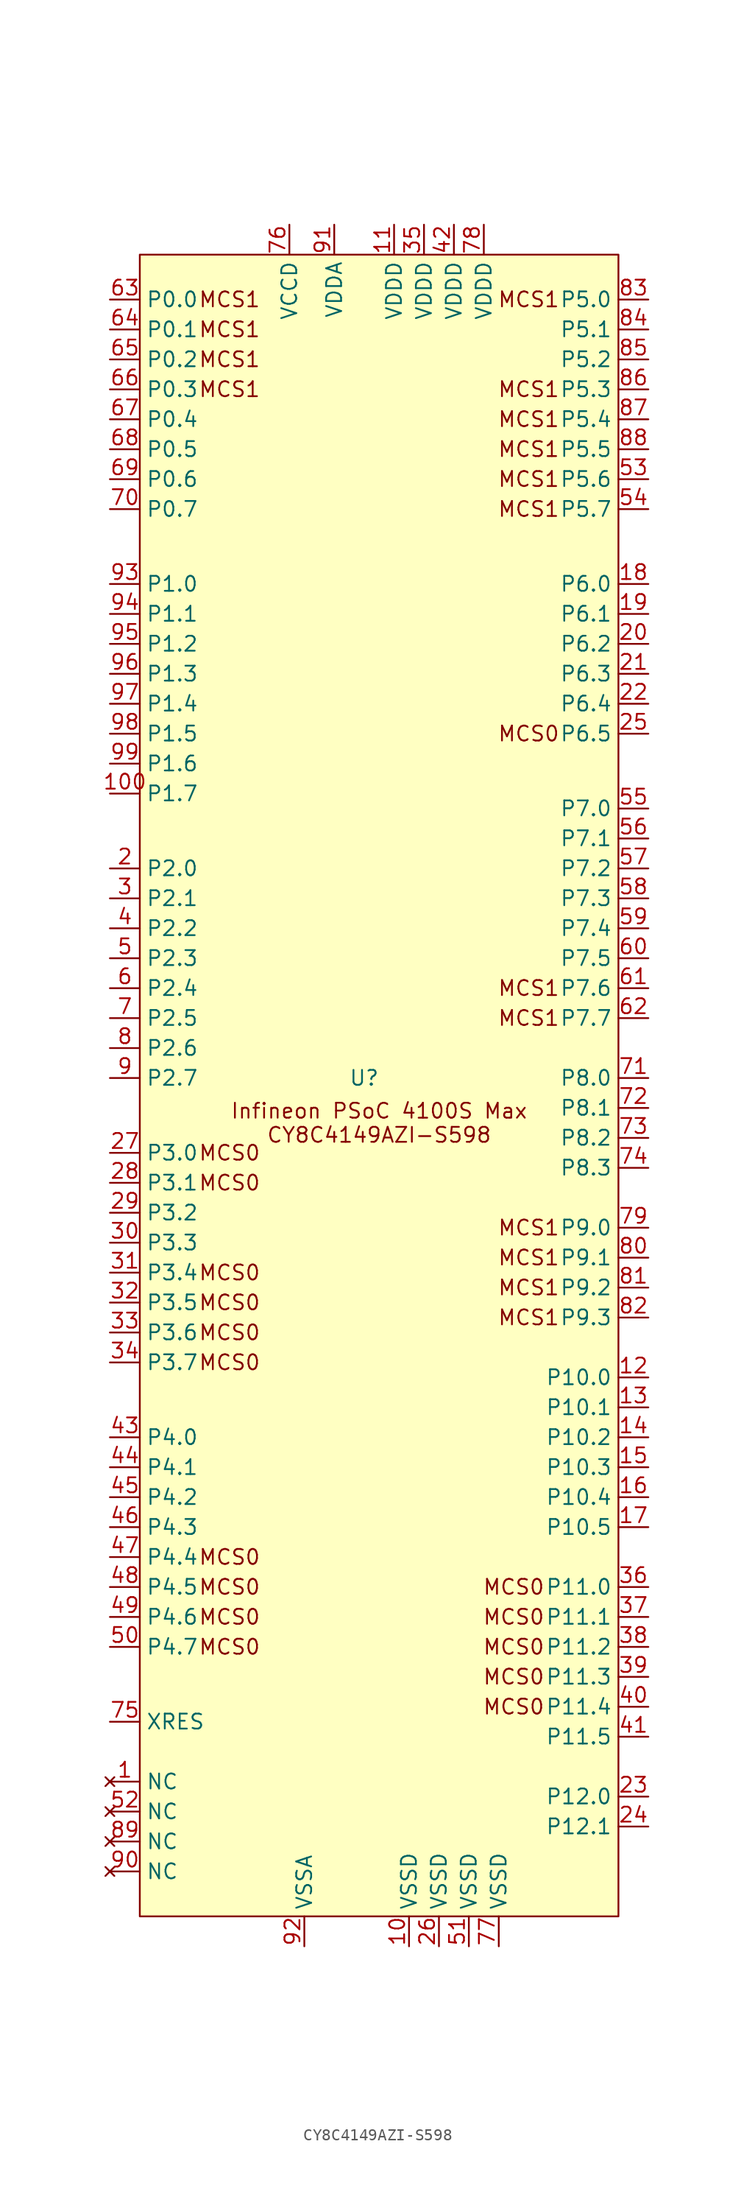
<source format=kicad_sym>
(kicad_symbol_lib
  (version 20241209)
  (generator "kicad_symbol_editor")
  (generator_version "9.0")
  (symbol "CY8C4149AZI-S598"
    (property "Reference" "U"
      (at -1.27 0 0)
      (effects (font (size 1.27 1.27))))
    (property "Value" ""
      (at -1.27 8.89 0)
      (effects (font (size 1.27 1.27))))
    (symbol "CY8C4149AZI-S598_1_1"
      (rectangle (start -20.32 69.85) (end 20.32 -71.12) (stroke (width 0) (type default)) (fill (type background)))
      (text "MCS1\n" (at -12.7 66.04 0) (effects (font (size 1.27 1.27))))
      (text "MCS1\n" (at -12.7 63.5 0) (effects (font (size 1.27 1.27))))
      (text "MCS1\n" (at -12.7 60.96 0) (effects (font (size 1.27 1.27))))
      (text "MCS1\n" (at -12.7 58.42 0) (effects (font (size 1.27 1.27))))
      (text "MCS0" (at -12.7 -6.35 0) (effects (font (size 1.27 1.27))))
      (text "MCS0" (at -12.7 -8.89 0) (effects (font (size 1.27 1.27))))
      (text "MCS0" (at -12.7 -16.51 0) (effects (font (size 1.27 1.27))))
      (text "MCS0" (at -12.7 -19.05 0) (effects (font (size 1.27 1.27))))
      (text "MCS0" (at -12.7 -21.59 0) (effects (font (size 1.27 1.27))))
      (text "MCS0" (at -12.7 -24.13 0) (effects (font (size 1.27 1.27))))
      (text "MCS0" (at -12.7 -40.64 0) (effects (font (size 1.27 1.27))))
      (text "MCS0" (at -12.7 -43.18 0) (effects (font (size 1.27 1.27))))
      (text "MCS0" (at -12.7 -45.72 0) (effects (font (size 1.27 1.27))))
      (text "MCS0" (at -12.7 -48.26 0) (effects (font (size 1.27 1.27))))
      (text "Infineon PSoC 4100S Max\nCY8C4149AZI-S598" (at 0 -3.81 0) (effects (font (size 1.27 1.27))))
      (text "MCS0" (at 11.43 -43.18 0) (effects (font (size 1.27 1.27))))
      (text "MCS0" (at 11.43 -45.72 0) (effects (font (size 1.27 1.27))))
      (text "MCS0" (at 11.43 -48.26 0) (effects (font (size 1.27 1.27))))
      (text "MCS0" (at 11.43 -50.8 0) (effects (font (size 1.27 1.27))))
      (text "MCS0" (at 11.43 -53.34 0) (effects (font (size 1.27 1.27))))
      (text "MCS1\n" (at 12.7 66.04 0) (effects (font (size 1.27 1.27))))
      (text "MCS1\n" (at 12.7 58.42 0) (effects (font (size 1.27 1.27))))
      (text "MCS1\n" (at 12.7 55.88 0) (effects (font (size 1.27 1.27))))
      (text "MCS1\n" (at 12.7 53.34 0) (effects (font (size 1.27 1.27))))
      (text "MCS1\n" (at 12.7 50.8 0) (effects (font (size 1.27 1.27))))
      (text "MCS1\n" (at 12.7 48.26 0) (effects (font (size 1.27 1.27))))
      (text "MCS0" (at 12.7 29.21 0) (effects (font (size 1.27 1.27))))
      (text "MCS1\n" (at 12.7 7.62 0) (effects (font (size 1.27 1.27))))
      (text "MCS1\n" (at 12.7 5.08 0) (effects (font (size 1.27 1.27))))
      (text "MCS1\n" (at 12.7 -12.7 0) (effects (font (size 1.27 1.27))))
      (text "MCS1\n" (at 12.7 -15.24 0) (effects (font (size 1.27 1.27))))
      (text "MCS1\n" (at 12.7 -17.78 0) (effects (font (size 1.27 1.27))))
      (text "MCS1\n" (at 12.7 -20.32 0) (effects (font (size 1.27 1.27))))
      (pin output line (at -22.86 66.04 0) (length 2.54) (name "P0.0" (effects (font (size 1.27 1.27)))) (number "63" (effects (font (size 1.27 1.27)))))
      (pin output line (at -22.86 63.5 0) (length 2.54) (name "P0.1" (effects (font (size 1.27 1.27)))) (number "64" (effects (font (size 1.27 1.27)))))
      (pin bidirectional line (at -22.86 60.96 0) (length 2.54) (name "P0.2" (effects (font (size 1.27 1.27)))) (number "65" (effects (font (size 1.27 1.27)))))
      (pin bidirectional line (at -22.86 58.42 0) (length 2.54) (name "P0.3" (effects (font (size 1.27 1.27)))) (number "66" (effects (font (size 1.27 1.27)))))
      (pin input line (at -22.86 55.88 0) (length 2.54) (name "P0.4" (effects (font (size 1.27 1.27)))) (number "67" (effects (font (size 1.27 1.27)))))
      (pin input line (at -22.86 53.34 0) (length 2.54) (name "P0.5" (effects (font (size 1.27 1.27)))) (number "68" (effects (font (size 1.27 1.27)))))
      (pin bidirectional line (at -22.86 50.8 0) (length 2.54) (name "P0.6" (effects (font (size 1.27 1.27)))) (number "69" (effects (font (size 1.27 1.27)))))
      (pin bidirectional line (at -22.86 48.26 0) (length 2.54) (name "P0.7" (effects (font (size 1.27 1.27)))) (number "70" (effects (font (size 1.27 1.27)))))
      (pin bidirectional line (at -22.86 41.91 0) (length 2.54) (name "P1.0" (effects (font (size 1.27 1.27)))) (number "93" (effects (font (size 1.27 1.27)))))
      (pin bidirectional line (at -22.86 39.37 0) (length 2.54) (name "P1.1" (effects (font (size 1.27 1.27)))) (number "94" (effects (font (size 1.27 1.27)))))
      (pin bidirectional line (at -22.86 36.83 0) (length 2.54) (name "P1.2" (effects (font (size 1.27 1.27)))) (number "95" (effects (font (size 1.27 1.27)))))
      (pin bidirectional line (at -22.86 34.29 0) (length 2.54) (name "P1.3" (effects (font (size 1.27 1.27)))) (number "96" (effects (font (size 1.27 1.27)))))
      (pin bidirectional line (at -22.86 31.75 0) (length 2.54) (name "P1.4" (effects (font (size 1.27 1.27)))) (number "97" (effects (font (size 1.27 1.27)))))
      (pin bidirectional line (at -22.86 29.21 0) (length 2.54) (name "P1.5" (effects (font (size 1.27 1.27)))) (number "98" (effects (font (size 1.27 1.27)))))
      (pin bidirectional line (at -22.86 26.67 0) (length 2.54) (name "P1.6" (effects (font (size 1.27 1.27)))) (number "99" (effects (font (size 1.27 1.27)))))
      (pin bidirectional line (at -22.86 24.13 0) (length 2.54) (name "P1.7" (effects (font (size 1.27 1.27)))) (number "100" (effects (font (size 1.27 1.27)))))
      (pin bidirectional line (at -22.86 17.78 0) (length 2.54) (name "P2.0" (effects (font (size 1.27 1.27)))) (number "2" (effects (font (size 1.27 1.27)))))
      (pin bidirectional line (at -22.86 15.24 0) (length 2.54) (name "P2.1" (effects (font (size 1.27 1.27)))) (number "3" (effects (font (size 1.27 1.27)))))
      (pin bidirectional line (at -22.86 12.7 0) (length 2.54) (name "P2.2" (effects (font (size 1.27 1.27)))) (number "4" (effects (font (size 1.27 1.27)))))
      (pin bidirectional line (at -22.86 10.16 0) (length 2.54) (name "P2.3" (effects (font (size 1.27 1.27)))) (number "5" (effects (font (size 1.27 1.27)))))
      (pin bidirectional line (at -22.86 7.62 0) (length 2.54) (name "P2.4" (effects (font (size 1.27 1.27)))) (number "6" (effects (font (size 1.27 1.27)))))
      (pin bidirectional line (at -22.86 5.08 0) (length 2.54) (name "P2.5" (effects (font (size 1.27 1.27)))) (number "7" (effects (font (size 1.27 1.27)))))
      (pin bidirectional line (at -22.86 2.54 0) (length 2.54) (name "P2.6" (effects (font (size 1.27 1.27)))) (number "8" (effects (font (size 1.27 1.27)))))
      (pin bidirectional line (at -22.86 0 0) (length 2.54) (name "P2.7" (effects (font (size 1.27 1.27)))) (number "9" (effects (font (size 1.27 1.27)))))
      (pin input line (at -22.86 -6.35 0) (length 2.54) (name "P3.0" (effects (font (size 1.27 1.27)))) (number "27" (effects (font (size 1.27 1.27)))))
      (pin input line (at -22.86 -8.89 0) (length 2.54) (name "P3.1" (effects (font (size 1.27 1.27)))) (number "28" (effects (font (size 1.27 1.27)))))
      (pin bidirectional line (at -22.86 -11.43 0) (length 2.54) (name "P3.2" (effects (font (size 1.27 1.27)))) (number "29" (effects (font (size 1.27 1.27)))))
      (pin bidirectional line (at -22.86 -13.97 0) (length 2.54) (name "P3.3" (effects (font (size 1.27 1.27)))) (number "30" (effects (font (size 1.27 1.27)))))
      (pin input line (at -22.86 -16.51 0) (length 2.54) (name "P3.4" (effects (font (size 1.27 1.27)))) (number "31" (effects (font (size 1.27 1.27)))))
      (pin bidirectional line (at -22.86 -19.05 0) (length 2.54) (name "P3.5" (effects (font (size 1.27 1.27)))) (number "32" (effects (font (size 1.27 1.27)))))
      (pin bidirectional line (at -22.86 -21.59 0) (length 2.54) (name "P3.6" (effects (font (size 1.27 1.27)))) (number "33" (effects (font (size 1.27 1.27)))))
      (pin bidirectional line (at -22.86 -24.13 0) (length 2.54) (name "P3.7" (effects (font (size 1.27 1.27)))) (number "34" (effects (font (size 1.27 1.27)))))
      (pin input line (at -22.86 -30.48 0) (length 2.54) (name "P4.0" (effects (font (size 1.27 1.27)))) (number "43" (effects (font (size 1.27 1.27)))))
      (pin input line (at -22.86 -33.02 0) (length 2.54) (name "P4.1" (effects (font (size 1.27 1.27)))) (number "44" (effects (font (size 1.27 1.27)))))
      (pin input line (at -22.86 -35.56 0) (length 2.54) (name "P4.2" (effects (font (size 1.27 1.27)))) (number "45" (effects (font (size 1.27 1.27)))))
      (pin bidirectional line (at -22.86 -38.1 0) (length 2.54) (name "P4.3" (effects (font (size 1.27 1.27)))) (number "46" (effects (font (size 1.27 1.27)))))
      (pin output line (at -22.86 -40.64 0) (length 2.54) (name "P4.4" (effects (font (size 1.27 1.27)))) (number "47" (effects (font (size 1.27 1.27)))))
      (pin output line (at -22.86 -43.18 0) (length 2.54) (name "P4.5" (effects (font (size 1.27 1.27)))) (number "48" (effects (font (size 1.27 1.27)))))
      (pin output line (at -22.86 -45.72 0) (length 2.54) (name "P4.6" (effects (font (size 1.27 1.27)))) (number "49" (effects (font (size 1.27 1.27)))))
      (pin output line (at -22.86 -48.26 0) (length 2.54) (name "P4.7" (effects (font (size 1.27 1.27)))) (number "50" (effects (font (size 1.27 1.27)))))
      (pin input line (at -22.86 -54.61 0) (length 2.54) (name "XRES" (effects (font (size 1.27 1.27)))) (number "75" (effects (font (size 1.27 1.27)))))
      (pin no_connect line (at -22.86 -59.69 0) (length 2.54) (name "NC" (effects (font (size 1.27 1.27)))) (number "1" (effects (font (size 1.27 1.27)))))
      (pin no_connect line (at -22.86 -62.23 0) (length 2.54) (name "NC" (effects (font (size 1.27 1.27)))) (number "52" (effects (font (size 1.27 1.27)))))
      (pin no_connect line (at -22.86 -64.77 0) (length 2.54) (name "NC" (effects (font (size 1.27 1.27)))) (number "89" (effects (font (size 1.27 1.27)))))
      (pin no_connect line (at -22.86 -67.31 0) (length 2.54) (name "NC" (effects (font (size 1.27 1.27)))) (number "90" (effects (font (size 1.27 1.27)))))
      (pin power_in line (at -7.62 72.39 270) (length 2.54) (name "VCCD" (effects (font (size 1.27 1.27)))) (number "76" (effects (font (size 1.27 1.27)))))
      (pin power_in line (at -6.35 -73.66 90) (length 2.54) (name "VSSA" (effects (font (size 1.27 1.27)))) (number "92" (effects (font (size 1.27 1.27)))))
      (pin power_in line (at -3.81 72.39 270) (length 2.54) (name "VDDA" (effects (font (size 1.27 1.27)))) (number "91" (effects (font (size 1.27 1.27)))))
      (pin power_in line (at 1.27 72.39 270) (length 2.54) (name "VDDD" (effects (font (size 1.27 1.27)))) (number "11" (effects (font (size 1.27 1.27)))))
      (pin power_in line (at 2.54 -73.66 90) (length 2.54) (name "VSSD" (effects (font (size 1.27 1.27)))) (number "10" (effects (font (size 1.27 1.27)))))
      (pin power_in line (at 3.81 72.39 270) (length 2.54) (name "VDDD" (effects (font (size 1.27 1.27)))) (number "35" (effects (font (size 1.27 1.27)))))
      (pin power_in line (at 5.08 -73.66 90) (length 2.54) (name "VSSD" (effects (font (size 1.27 1.27)))) (number "26" (effects (font (size 1.27 1.27)))))
      (pin power_in line (at 6.35 72.39 270) (length 2.54) (name "VDDD" (effects (font (size 1.27 1.27)))) (number "42" (effects (font (size 1.27 1.27)))))
      (pin power_in line (at 7.62 -73.66 90) (length 2.54) (name "VSSD" (effects (font (size 1.27 1.27)))) (number "51" (effects (font (size 1.27 1.27)))))
      (pin power_in line (at 8.89 72.39 270) (length 2.54) (name "VDDD" (effects (font (size 1.27 1.27)))) (number "78" (effects (font (size 1.27 1.27)))))
      (pin power_in line (at 10.16 -73.66 90) (length 2.54) (name "VSSD" (effects (font (size 1.27 1.27)))) (number "77" (effects (font (size 1.27 1.27)))))
      (pin input line (at 22.86 66.04 180) (length 2.54) (name "P5.0" (effects (font (size 1.27 1.27)))) (number "83" (effects (font (size 1.27 1.27)))))
      (pin bidirectional line (at 22.86 63.5 180) (length 2.54) (name "P5.1" (effects (font (size 1.27 1.27)))) (number "84" (effects (font (size 1.27 1.27)))))
      (pin bidirectional line (at 22.86 60.96 180) (length 2.54) (name "P5.2" (effects (font (size 1.27 1.27)))) (number "85" (effects (font (size 1.27 1.27)))))
      (pin input line (at 22.86 58.42 180) (length 2.54) (name "P5.3" (effects (font (size 1.27 1.27)))) (number "86" (effects (font (size 1.27 1.27)))))
      (pin input line (at 22.86 55.88 180) (length 2.54) (name "P5.4" (effects (font (size 1.27 1.27)))) (number "87" (effects (font (size 1.27 1.27)))))
      (pin input line (at 22.86 53.34 180) (length 2.54) (name "P5.5" (effects (font (size 1.27 1.27)))) (number "88" (effects (font (size 1.27 1.27)))))
      (pin output line (at 22.86 50.8 180) (length 2.54) (name "P5.6" (effects (font (size 1.27 1.27)))) (number "53" (effects (font (size 1.27 1.27)))))
      (pin output line (at 22.86 48.26 180) (length 2.54) (name "P5.7" (effects (font (size 1.27 1.27)))) (number "54" (effects (font (size 1.27 1.27)))))
      (pin bidirectional line (at 22.86 41.91 180) (length 2.54) (name "P6.0" (effects (font (size 1.27 1.27)))) (number "18" (effects (font (size 1.27 1.27)))))
      (pin bidirectional line (at 22.86 39.37 180) (length 2.54) (name "P6.1" (effects (font (size 1.27 1.27)))) (number "19" (effects (font (size 1.27 1.27)))))
      (pin bidirectional line (at 22.86 36.83 180) (length 2.54) (name "P6.2" (effects (font (size 1.27 1.27)))) (number "20" (effects (font (size 1.27 1.27)))))
      (pin bidirectional line (at 22.86 34.29 180) (length 2.54) (name "P6.3" (effects (font (size 1.27 1.27)))) (number "21" (effects (font (size 1.27 1.27)))))
      (pin bidirectional line (at 22.86 31.75 180) (length 2.54) (name "P6.4" (effects (font (size 1.27 1.27)))) (number "22" (effects (font (size 1.27 1.27)))))
      (pin input line (at 22.86 29.21 180) (length 2.54) (name "P6.5" (effects (font (size 1.27 1.27)))) (number "25" (effects (font (size 1.27 1.27)))))
      (pin input line (at 22.86 22.86 180) (length 2.54) (name "P7.0" (effects (font (size 1.27 1.27)))) (number "55" (effects (font (size 1.27 1.27)))))
      (pin input line (at 22.86 20.32 180) (length 2.54) (name "P7.1" (effects (font (size 1.27 1.27)))) (number "56" (effects (font (size 1.27 1.27)))))
      (pin bidirectional line (at 22.86 17.78 180) (length 2.54) (name "P7.2" (effects (font (size 1.27 1.27)))) (number "57" (effects (font (size 1.27 1.27)))))
      (pin bidirectional line (at 22.86 15.24 180) (length 2.54) (name "P7.3" (effects (font (size 1.27 1.27)))) (number "58" (effects (font (size 1.27 1.27)))))
      (pin bidirectional line (at 22.86 12.7 180) (length 2.54) (name "P7.4" (effects (font (size 1.27 1.27)))) (number "59" (effects (font (size 1.27 1.27)))))
      (pin bidirectional line (at 22.86 10.16 180) (length 2.54) (name "P7.5" (effects (font (size 1.27 1.27)))) (number "60" (effects (font (size 1.27 1.27)))))
      (pin output line (at 22.86 7.62 180) (length 2.54) (name "P7.6" (effects (font (size 1.27 1.27)))) (number "61" (effects (font (size 1.27 1.27)))))
      (pin output line (at 22.86 5.08 180) (length 2.54) (name "P7.7" (effects (font (size 1.27 1.27)))) (number "62" (effects (font (size 1.27 1.27)))))
      (pin bidirectional line (at 22.86 0 180) (length 2.54) (name "P8.0" (effects (font (size 1.27 1.27)))) (number "71" (effects (font (size 1.27 1.27)))))
      (pin bidirectional line (at 22.86 -2.54 180) (length 2.54) (name "P8.1" (effects (font (size 1.27 1.27)))) (number "72" (effects (font (size 1.27 1.27)))))
      (pin bidirectional line (at 22.86 -5.08 180) (length 2.54) (name "P8.2" (effects (font (size 1.27 1.27)))) (number "73" (effects (font (size 1.27 1.27)))))
      (pin bidirectional line (at 22.86 -7.62 180) (length 2.54) (name "P8.3" (effects (font (size 1.27 1.27)))) (number "74" (effects (font (size 1.27 1.27)))))
      (pin input line (at 22.86 -12.7 180) (length 2.54) (name "P9.0" (effects (font (size 1.27 1.27)))) (number "79" (effects (font (size 1.27 1.27)))))
      (pin input line (at 22.86 -15.24 180) (length 2.54) (name "P9.1" (effects (font (size 1.27 1.27)))) (number "80" (effects (font (size 1.27 1.27)))))
      (pin input line (at 22.86 -17.78 180) (length 2.54) (name "P9.2" (effects (font (size 1.27 1.27)))) (number "81" (effects (font (size 1.27 1.27)))))
      (pin input line (at 22.86 -20.32 180) (length 2.54) (name "P9.3" (effects (font (size 1.27 1.27)))) (number "82" (effects (font (size 1.27 1.27)))))
      (pin bidirectional line (at 22.86 -25.4 180) (length 2.54) (name "P10.0" (effects (font (size 1.27 1.27)))) (number "12" (effects (font (size 1.27 1.27)))))
      (pin bidirectional line (at 22.86 -27.94 180) (length 2.54) (name "P10.1" (effects (font (size 1.27 1.27)))) (number "13" (effects (font (size 1.27 1.27)))))
      (pin bidirectional line (at 22.86 -30.48 180) (length 2.54) (name "P10.2" (effects (font (size 1.27 1.27)))) (number "14" (effects (font (size 1.27 1.27)))))
      (pin bidirectional line (at 22.86 -33.02 180) (length 2.54) (name "P10.3" (effects (font (size 1.27 1.27)))) (number "15" (effects (font (size 1.27 1.27)))))
      (pin bidirectional line (at 22.86 -35.56 180) (length 2.54) (name "P10.4" (effects (font (size 1.27 1.27)))) (number "16" (effects (font (size 1.27 1.27)))))
      (pin bidirectional line (at 22.86 -38.1 180) (length 2.54) (name "P10.5" (effects (font (size 1.27 1.27)))) (number "17" (effects (font (size 1.27 1.27)))))
      (pin input line (at 22.86 -43.18 180) (length 2.54) (name "P11.0" (effects (font (size 1.27 1.27)))) (number "36" (effects (font (size 1.27 1.27)))))
      (pin input line (at 22.86 -45.72 180) (length 2.54) (name "P11.1" (effects (font (size 1.27 1.27)))) (number "37" (effects (font (size 1.27 1.27)))))
      (pin input line (at 22.86 -48.26 180) (length 2.54) (name "P11.2" (effects (font (size 1.27 1.27)))) (number "38" (effects (font (size 1.27 1.27)))))
      (pin output line (at 22.86 -50.8 180) (length 2.54) (name "P11.3" (effects (font (size 1.27 1.27)))) (number "39" (effects (font (size 1.27 1.27)))))
      (pin output line (at 22.86 -53.34 180) (length 2.54) (name "P11.4" (effects (font (size 1.27 1.27)))) (number "40" (effects (font (size 1.27 1.27)))))
      (pin input line (at 22.86 -55.88 180) (length 2.54) (name "P11.5" (effects (font (size 1.27 1.27)))) (number "41" (effects (font (size 1.27 1.27)))))
      (pin output line (at 22.86 -60.96 180) (length 2.54) (name "P12.0" (effects (font (size 1.27 1.27)))) (number "23" (effects (font (size 1.27 1.27)))))
      (pin bidirectional line (at 22.86 -63.5 180) (length 2.54) (name "P12.1" (effects (font (size 1.27 1.27)))) (number "24" (effects (font (size 1.27 1.27))))))))
</source>
